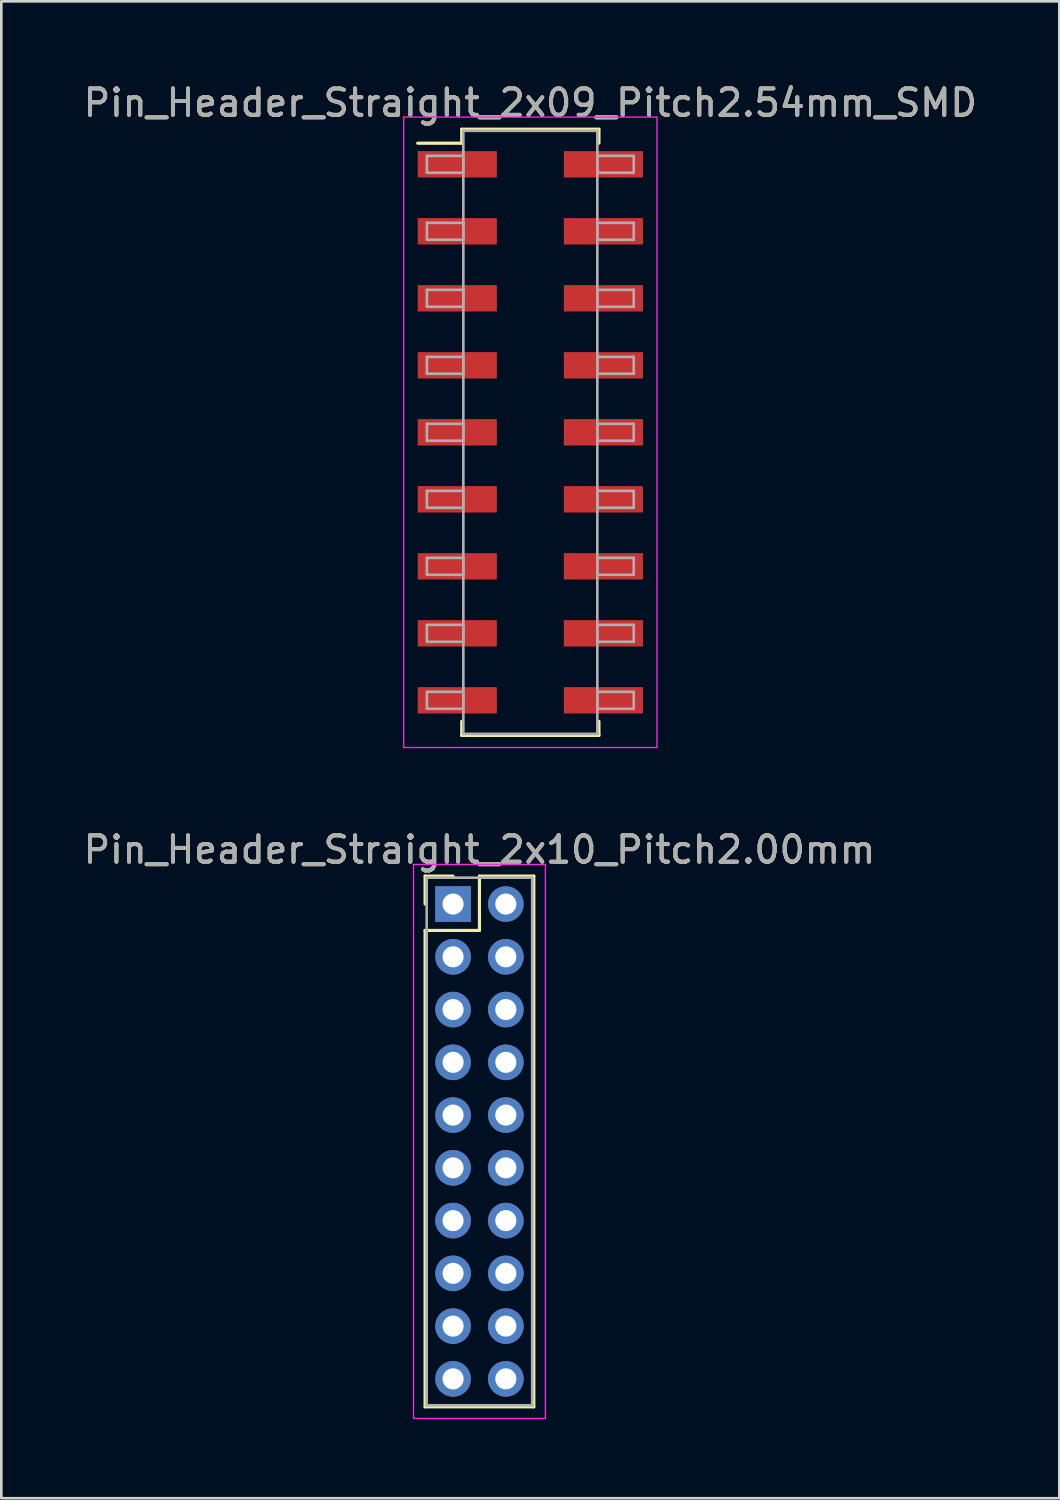
<source format=kicad_pcb>
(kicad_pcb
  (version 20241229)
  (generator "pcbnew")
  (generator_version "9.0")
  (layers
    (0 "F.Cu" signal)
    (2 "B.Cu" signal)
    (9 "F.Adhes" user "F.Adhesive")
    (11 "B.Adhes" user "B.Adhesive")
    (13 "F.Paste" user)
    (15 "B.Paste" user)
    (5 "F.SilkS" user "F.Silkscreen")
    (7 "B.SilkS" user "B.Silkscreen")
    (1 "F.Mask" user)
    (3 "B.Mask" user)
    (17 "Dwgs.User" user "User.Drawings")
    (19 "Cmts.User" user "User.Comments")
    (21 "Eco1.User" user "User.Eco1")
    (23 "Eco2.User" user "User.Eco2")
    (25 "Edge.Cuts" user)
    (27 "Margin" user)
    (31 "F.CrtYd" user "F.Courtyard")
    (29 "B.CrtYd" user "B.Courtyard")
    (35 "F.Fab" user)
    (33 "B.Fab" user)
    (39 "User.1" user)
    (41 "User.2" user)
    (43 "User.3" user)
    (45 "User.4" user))
  (footprint "Pin_Header_Straight_2x09_Pitch2.54mm_SMD"
    (layer "F.Cu")
    (at 17.054 13.338)
    (property "Reference" "Pin_Header_Straight_2x09_Pitch2.54mm_SMD" (at 0 -12.49 0) (layer "F.SilkS") (effects (font (size 1 1) (thickness 0.15))))
    (attr smd)
    (fp_line (start -4.27 -10.96) (end -2.6 -10.96) (stroke (width 0.12) (type solid)) (layer "F.SilkS"))
    (fp_line (start -2.6 -11.49) (end 2.6 -11.49) (stroke (width 0.12) (type solid)) (layer "F.SilkS"))
    (fp_line (start -2.6 -10.96) (end -2.6 -11.49) (stroke (width 0.12) (type solid)) (layer "F.SilkS"))
    (fp_line (start -2.6 10.96) (end -2.6 11.49) (stroke (width 0.12) (type solid)) (layer "F.SilkS"))
    (fp_line (start -2.6 11.49) (end 2.6 11.49) (stroke (width 0.12) (type solid)) (layer "F.SilkS"))
    (fp_line (start 2.6 -11.49) (end 2.6 -10.96) (stroke (width 0.12) (type solid)) (layer "F.SilkS"))
    (fp_line (start 2.6 11.49) (end 2.6 10.96) (stroke (width 0.12) (type solid)) (layer "F.SilkS"))
    (fp_line (start -4.8 -11.95) (end -4.8 11.95) (stroke (width 0.05) (type solid)) (layer "F.CrtYd"))
    (fp_line (start -4.8 11.95) (end 4.8 11.95) (stroke (width 0.05) (type solid)) (layer "F.CrtYd"))
    (fp_line (start 4.8 -11.95) (end -4.8 -11.95) (stroke (width 0.05) (type solid)) (layer "F.CrtYd"))
    (fp_line (start 4.8 11.95) (end 4.8 -11.95) (stroke (width 0.05) (type solid)) (layer "F.CrtYd"))
    (fp_line (start -3.92 -10.48) (end -2.54 -10.48) (stroke (width 0.1) (type solid)) (layer "F.Fab"))
    (fp_line (start -3.92 -9.84) (end -3.92 -10.48) (stroke (width 0.1) (type solid)) (layer "F.Fab"))
    (fp_line (start -3.92 -7.94) (end -2.54 -7.94) (stroke (width 0.1) (type solid)) (layer "F.Fab"))
    (fp_line (start -3.92 -7.3) (end -3.92 -7.94) (stroke (width 0.1) (type solid)) (layer "F.Fab"))
    (fp_line (start -3.92 -5.4) (end -2.54 -5.4) (stroke (width 0.1) (type solid)) (layer "F.Fab"))
    (fp_line (start -3.92 -4.76) (end -3.92 -5.4) (stroke (width 0.1) (type solid)) (layer "F.Fab"))
    (fp_line (start -3.92 -2.86) (end -2.54 -2.86) (stroke (width 0.1) (type solid)) (layer "F.Fab"))
    (fp_line (start -3.92 -2.22) (end -3.92 -2.86) (stroke (width 0.1) (type solid)) (layer "F.Fab"))
    (fp_line (start -3.92 -0.32) (end -2.54 -0.32) (stroke (width 0.1) (type solid)) (layer "F.Fab"))
    (fp_line (start -3.92 0.32) (end -3.92 -0.32) (stroke (width 0.1) (type solid)) (layer "F.Fab"))
    (fp_line (start -3.92 2.22) (end -2.54 2.22) (stroke (width 0.1) (type solid)) (layer "F.Fab"))
    (fp_line (start -3.92 2.86) (end -3.92 2.22) (stroke (width 0.1) (type solid)) (layer "F.Fab"))
    (fp_line (start -3.92 4.76) (end -2.54 4.76) (stroke (width 0.1) (type solid)) (layer "F.Fab"))
    (fp_line (start -3.92 5.4) (end -3.92 4.76) (stroke (width 0.1) (type solid)) (layer "F.Fab"))
    (fp_line (start -3.92 7.3) (end -2.54 7.3) (stroke (width 0.1) (type solid)) (layer "F.Fab"))
    (fp_line (start -3.92 7.94) (end -3.92 7.3) (stroke (width 0.1) (type solid)) (layer "F.Fab"))
    (fp_line (start -3.92 9.84) (end -2.54 9.84) (stroke (width 0.1) (type solid)) (layer "F.Fab"))
    (fp_line (start -3.92 10.48) (end -3.92 9.84) (stroke (width 0.1) (type solid)) (layer "F.Fab"))
    (fp_line (start -2.54 -11.43) (end -2.54 11.43) (stroke (width 0.1) (type solid)) (layer "F.Fab"))
    (fp_line (start -2.54 -10.48) (end -2.54 -9.84) (stroke (width 0.1) (type solid)) (layer "F.Fab"))
    (fp_line (start -2.54 -9.84) (end -3.92 -9.84) (stroke (width 0.1) (type solid)) (layer "F.Fab"))
    (fp_line (start -2.54 -7.94) (end -2.54 -7.3) (stroke (width 0.1) (type solid)) (layer "F.Fab"))
    (fp_line (start -2.54 -7.3) (end -3.92 -7.3) (stroke (width 0.1) (type solid)) (layer "F.Fab"))
    (fp_line (start -2.54 -5.4) (end -2.54 -4.76) (stroke (width 0.1) (type solid)) (layer "F.Fab"))
    (fp_line (start -2.54 -4.76) (end -3.92 -4.76) (stroke (width 0.1) (type solid)) (layer "F.Fab"))
    (fp_line (start -2.54 -2.86) (end -2.54 -2.22) (stroke (width 0.1) (type solid)) (layer "F.Fab"))
    (fp_line (start -2.54 -2.22) (end -3.92 -2.22) (stroke (width 0.1) (type solid)) (layer "F.Fab"))
    (fp_line (start -2.54 -0.32) (end -2.54 0.32) (stroke (width 0.1) (type solid)) (layer "F.Fab"))
    (fp_line (start -2.54 0.32) (end -3.92 0.32) (stroke (width 0.1) (type solid)) (layer "F.Fab"))
    (fp_line (start -2.54 2.22) (end -2.54 2.86) (stroke (width 0.1) (type solid)) (layer "F.Fab"))
    (fp_line (start -2.54 2.86) (end -3.92 2.86) (stroke (width 0.1) (type solid)) (layer "F.Fab"))
    (fp_line (start -2.54 4.76) (end -2.54 5.4) (stroke (width 0.1) (type solid)) (layer "F.Fab"))
    (fp_line (start -2.54 5.4) (end -3.92 5.4) (stroke (width 0.1) (type solid)) (layer "F.Fab"))
    (fp_line (start -2.54 7.3) (end -2.54 7.94) (stroke (width 0.1) (type solid)) (layer "F.Fab"))
    (fp_line (start -2.54 7.94) (end -3.92 7.94) (stroke (width 0.1) (type solid)) (layer "F.Fab"))
    (fp_line (start -2.54 9.84) (end -2.54 10.48) (stroke (width 0.1) (type solid)) (layer "F.Fab"))
    (fp_line (start -2.54 10.48) (end -3.92 10.48) (stroke (width 0.1) (type solid)) (layer "F.Fab"))
    (fp_line (start -2.54 11.43) (end 2.54 11.43) (stroke (width 0.1) (type solid)) (layer "F.Fab"))
    (fp_line (start 2.54 -11.43) (end -2.54 -11.43) (stroke (width 0.1) (type solid)) (layer "F.Fab"))
    (fp_line (start 2.54 -10.48) (end 2.54 -9.84) (stroke (width 0.1) (type solid)) (layer "F.Fab"))
    (fp_line (start 2.54 -9.84) (end 3.92 -9.84) (stroke (width 0.1) (type solid)) (layer "F.Fab"))
    (fp_line (start 2.54 -7.94) (end 2.54 -7.3) (stroke (width 0.1) (type solid)) (layer "F.Fab"))
    (fp_line (start 2.54 -7.3) (end 3.92 -7.3) (stroke (width 0.1) (type solid)) (layer "F.Fab"))
    (fp_line (start 2.54 -5.4) (end 2.54 -4.76) (stroke (width 0.1) (type solid)) (layer "F.Fab"))
    (fp_line (start 2.54 -4.76) (end 3.92 -4.76) (stroke (width 0.1) (type solid)) (layer "F.Fab"))
    (fp_line (start 2.54 -2.86) (end 2.54 -2.22) (stroke (width 0.1) (type solid)) (layer "F.Fab"))
    (fp_line (start 2.54 -2.22) (end 3.92 -2.22) (stroke (width 0.1) (type solid)) (layer "F.Fab"))
    (fp_line (start 2.54 -0.32) (end 2.54 0.32) (stroke (width 0.1) (type solid)) (layer "F.Fab"))
    (fp_line (start 2.54 0.32) (end 3.92 0.32) (stroke (width 0.1) (type solid)) (layer "F.Fab"))
    (fp_line (start 2.54 2.22) (end 2.54 2.86) (stroke (width 0.1) (type solid)) (layer "F.Fab"))
    (fp_line (start 2.54 2.86) (end 3.92 2.86) (stroke (width 0.1) (type solid)) (layer "F.Fab"))
    (fp_line (start 2.54 4.76) (end 2.54 5.4) (stroke (width 0.1) (type solid)) (layer "F.Fab"))
    (fp_line (start 2.54 5.4) (end 3.92 5.4) (stroke (width 0.1) (type solid)) (layer "F.Fab"))
    (fp_line (start 2.54 7.3) (end 2.54 7.94) (stroke (width 0.1) (type solid)) (layer "F.Fab"))
    (fp_line (start 2.54 7.94) (end 3.92 7.94) (stroke (width 0.1) (type solid)) (layer "F.Fab"))
    (fp_line (start 2.54 9.84) (end 2.54 10.48) (stroke (width 0.1) (type solid)) (layer "F.Fab"))
    (fp_line (start 2.54 10.48) (end 3.92 10.48) (stroke (width 0.1) (type solid)) (layer "F.Fab"))
    (fp_line (start 2.54 11.43) (end 2.54 -11.43) (stroke (width 0.1) (type solid)) (layer "F.Fab"))
    (fp_line (start 3.92 -10.48) (end 2.54 -10.48) (stroke (width 0.1) (type solid)) (layer "F.Fab"))
    (fp_line (start 3.92 -9.84) (end 3.92 -10.48) (stroke (width 0.1) (type solid)) (layer "F.Fab"))
    (fp_line (start 3.92 -7.94) (end 2.54 -7.94) (stroke (width 0.1) (type solid)) (layer "F.Fab"))
    (fp_line (start 3.92 -7.3) (end 3.92 -7.94) (stroke (width 0.1) (type solid)) (layer "F.Fab"))
    (fp_line (start 3.92 -5.4) (end 2.54 -5.4) (stroke (width 0.1) (type solid)) (layer "F.Fab"))
    (fp_line (start 3.92 -4.76) (end 3.92 -5.4) (stroke (width 0.1) (type solid)) (layer "F.Fab"))
    (fp_line (start 3.92 -2.86) (end 2.54 -2.86) (stroke (width 0.1) (type solid)) (layer "F.Fab"))
    (fp_line (start 3.92 -2.22) (end 3.92 -2.86) (stroke (width 0.1) (type solid)) (layer "F.Fab"))
    (fp_line (start 3.92 -0.32) (end 2.54 -0.32) (stroke (width 0.1) (type solid)) (layer "F.Fab"))
    (fp_line (start 3.92 0.32) (end 3.92 -0.32) (stroke (width 0.1) (type solid)) (layer "F.Fab"))
    (fp_line (start 3.92 2.22) (end 2.54 2.22) (stroke (width 0.1) (type solid)) (layer "F.Fab"))
    (fp_line (start 3.92 2.86) (end 3.92 2.22) (stroke (width 0.1) (type solid)) (layer "F.Fab"))
    (fp_line (start 3.92 4.76) (end 2.54 4.76) (stroke (width 0.1) (type solid)) (layer "F.Fab"))
    (fp_line (start 3.92 5.4) (end 3.92 4.76) (stroke (width 0.1) (type solid)) (layer "F.Fab"))
    (fp_line (start 3.92 7.3) (end 2.54 7.3) (stroke (width 0.1) (type solid)) (layer "F.Fab"))
    (fp_line (start 3.92 7.94) (end 3.92 7.3) (stroke (width 0.1) (type solid)) (layer "F.Fab"))
    (fp_line (start 3.92 9.84) (end 2.54 9.84) (stroke (width 0.1) (type solid)) (layer "F.Fab"))
    (fp_line (start 3.92 10.48) (end 3.92 9.84) (stroke (width 0.1) (type solid)) (layer "F.Fab"))
    (fp_text user "${REFERENCE}" (at 0 -12.49 0) (layer "F.Fab") (effects (font (size 1 1) (thickness 0.15))))
    (pad "1" smd rect (at -2.77 -10.16) (size 3 1) (layers "F.Cu" "F.Mask" "F.Paste"))
    (pad "2" smd rect (at 2.77 -10.16) (size 3 1) (layers "F.Cu" "F.Mask" "F.Paste"))
    (pad "3" smd rect (at -2.77 -7.62) (size 3 1) (layers "F.Cu" "F.Mask" "F.Paste"))
    (pad "4" smd rect (at 2.77 -7.62) (size 3 1) (layers "F.Cu" "F.Mask" "F.Paste"))
    (pad "5" smd rect (at -2.77 -5.08) (size 3 1) (layers "F.Cu" "F.Mask" "F.Paste"))
    (pad "6" smd rect (at 2.77 -5.08) (size 3 1) (layers "F.Cu" "F.Mask" "F.Paste"))
    (pad "7" smd rect (at -2.77 -2.54) (size 3 1) (layers "F.Cu" "F.Mask" "F.Paste"))
    (pad "8" smd rect (at 2.77 -2.54) (size 3 1) (layers "F.Cu" "F.Mask" "F.Paste"))
    (pad "9" smd rect (at -2.77 0) (size 3 1) (layers "F.Cu" "F.Mask" "F.Paste"))
    (pad "10" smd rect (at 2.77 0) (size 3 1) (layers "F.Cu" "F.Mask" "F.Paste"))
    (pad "11" smd rect (at -2.77 2.54) (size 3 1) (layers "F.Cu" "F.Mask" "F.Paste"))
    (pad "12" smd rect (at 2.77 2.54) (size 3 1) (layers "F.Cu" "F.Mask" "F.Paste"))
    (pad "13" smd rect (at -2.77 5.08) (size 3 1) (layers "F.Cu" "F.Mask" "F.Paste"))
    (pad "14" smd rect (at 2.77 5.08) (size 3 1) (layers "F.Cu" "F.Mask" "F.Paste"))
    (pad "15" smd rect (at -2.77 7.62) (size 3 1) (layers "F.Cu" "F.Mask" "F.Paste"))
    (pad "16" smd rect (at 2.77 7.62) (size 3 1) (layers "F.Cu" "F.Mask" "F.Paste"))
    (pad "17" smd rect (at -2.77 10.16) (size 3 1) (layers "F.Cu" "F.Mask" "F.Paste"))
    (pad "18" smd rect (at 2.77 10.16) (size 3 1) (layers "F.Cu" "F.Mask" "F.Paste")))
  (footprint "Pin_Header_Straight_2x10_Pitch2.00mm"
    (layer "F.Cu")
    (at 14.125 31.221)
    (property "Reference" "Pin_Header_Straight_2x10_Pitch2.00mm" (at 1 -2.06 0) (layer "F.SilkS") (effects (font (size 1 1) (thickness 0.15))))
    (attr through_hole)
    (fp_line (start -1.06 -1.06) (end 0 -1.06) (stroke (width 0.12) (type solid)) (layer "F.SilkS"))
    (fp_line (start -1.06 0) (end -1.06 -1.06) (stroke (width 0.12) (type solid)) (layer "F.SilkS"))
    (fp_line (start -1.06 1) (end -1.06 19.06) (stroke (width 0.12) (type solid)) (layer "F.SilkS"))
    (fp_line (start -1.06 19.06) (end 3.06 19.06) (stroke (width 0.12) (type solid)) (layer "F.SilkS"))
    (fp_line (start 1 -1.06) (end 1 1) (stroke (width 0.12) (type solid)) (layer "F.SilkS"))
    (fp_line (start 1 1) (end -1.06 1) (stroke (width 0.12) (type solid)) (layer "F.SilkS"))
    (fp_line (start 3.06 -1.06) (end 1 -1.06) (stroke (width 0.12) (type solid)) (layer "F.SilkS"))
    (fp_line (start 3.06 19.06) (end 3.06 -1.06) (stroke (width 0.12) (type solid)) (layer "F.SilkS"))
    (fp_line (start -1.5 -1.5) (end -1.5 19.5) (stroke (width 0.05) (type solid)) (layer "F.CrtYd"))
    (fp_line (start -1.5 19.5) (end 3.5 19.5) (stroke (width 0.05) (type solid)) (layer "F.CrtYd"))
    (fp_line (start 3.5 -1.5) (end -1.5 -1.5) (stroke (width 0.05) (type solid)) (layer "F.CrtYd"))
    (fp_line (start 3.5 19.5) (end 3.5 -1.5) (stroke (width 0.05) (type solid)) (layer "F.CrtYd"))
    (fp_line (start -1 -1) (end -1 19) (stroke (width 0.1) (type solid)) (layer "F.Fab"))
    (fp_line (start -1 19) (end 3 19) (stroke (width 0.1) (type solid)) (layer "F.Fab"))
    (fp_line (start 3 -1) (end -1 -1) (stroke (width 0.1) (type solid)) (layer "F.Fab"))
    (fp_line (start 3 19) (end 3 -1) (stroke (width 0.1) (type solid)) (layer "F.Fab"))
    (fp_text user "${REFERENCE}" (at 1 -2.06 0) (layer "F.Fab") (effects (font (size 1 1) (thickness 0.15))))
    (pad "1" thru_hole rect (at 0 0) (size 1.35 1.35) (drill 0.8) (layers "*.Cu" "*.Mask"))
    (pad "2" thru_hole oval (at 2 0) (size 1.35 1.35) (drill 0.8) (layers "*.Cu" "*.Mask"))
    (pad "3" thru_hole oval (at 0 2) (size 1.35 1.35) (drill 0.8) (layers "*.Cu" "*.Mask"))
    (pad "4" thru_hole oval (at 2 2) (size 1.35 1.35) (drill 0.8) (layers "*.Cu" "*.Mask"))
    (pad "5" thru_hole oval (at 0 4) (size 1.35 1.35) (drill 0.8) (layers "*.Cu" "*.Mask"))
    (pad "6" thru_hole oval (at 2 4) (size 1.35 1.35) (drill 0.8) (layers "*.Cu" "*.Mask"))
    (pad "7" thru_hole oval (at 0 6) (size 1.35 1.35) (drill 0.8) (layers "*.Cu" "*.Mask"))
    (pad "8" thru_hole oval (at 2 6) (size 1.35 1.35) (drill 0.8) (layers "*.Cu" "*.Mask"))
    (pad "9" thru_hole oval (at 0 8) (size 1.35 1.35) (drill 0.8) (layers "*.Cu" "*.Mask"))
    (pad "10" thru_hole oval (at 2 8) (size 1.35 1.35) (drill 0.8) (layers "*.Cu" "*.Mask"))
    (pad "11" thru_hole oval (at 0 10) (size 1.35 1.35) (drill 0.8) (layers "*.Cu" "*.Mask"))
    (pad "12" thru_hole oval (at 2 10) (size 1.35 1.35) (drill 0.8) (layers "*.Cu" "*.Mask"))
    (pad "13" thru_hole oval (at 0 12) (size 1.35 1.35) (drill 0.8) (layers "*.Cu" "*.Mask"))
    (pad "14" thru_hole oval (at 2 12) (size 1.35 1.35) (drill 0.8) (layers "*.Cu" "*.Mask"))
    (pad "15" thru_hole oval (at 0 14) (size 1.35 1.35) (drill 0.8) (layers "*.Cu" "*.Mask"))
    (pad "16" thru_hole oval (at 2 14) (size 1.35 1.35) (drill 0.8) (layers "*.Cu" "*.Mask"))
    (pad "17" thru_hole oval (at 0 16) (size 1.35 1.35) (drill 0.8) (layers "*.Cu" "*.Mask"))
    (pad "18" thru_hole oval (at 2 16) (size 1.35 1.35) (drill 0.8) (layers "*.Cu" "*.Mask"))
    (pad "19" thru_hole oval (at 0 18) (size 1.35 1.35) (drill 0.8) (layers "*.Cu" "*.Mask"))
    (pad "20" thru_hole oval (at 2 18) (size 1.35 1.35) (drill 0.8) (layers "*.Cu" "*.Mask")))
  (gr_rect
    (start -3 -3)
    (end 37.107 53.746)
    (stroke (width 0.1) (type default))
    (fill no)
    (layer "Edge.Cuts")))
</source>
